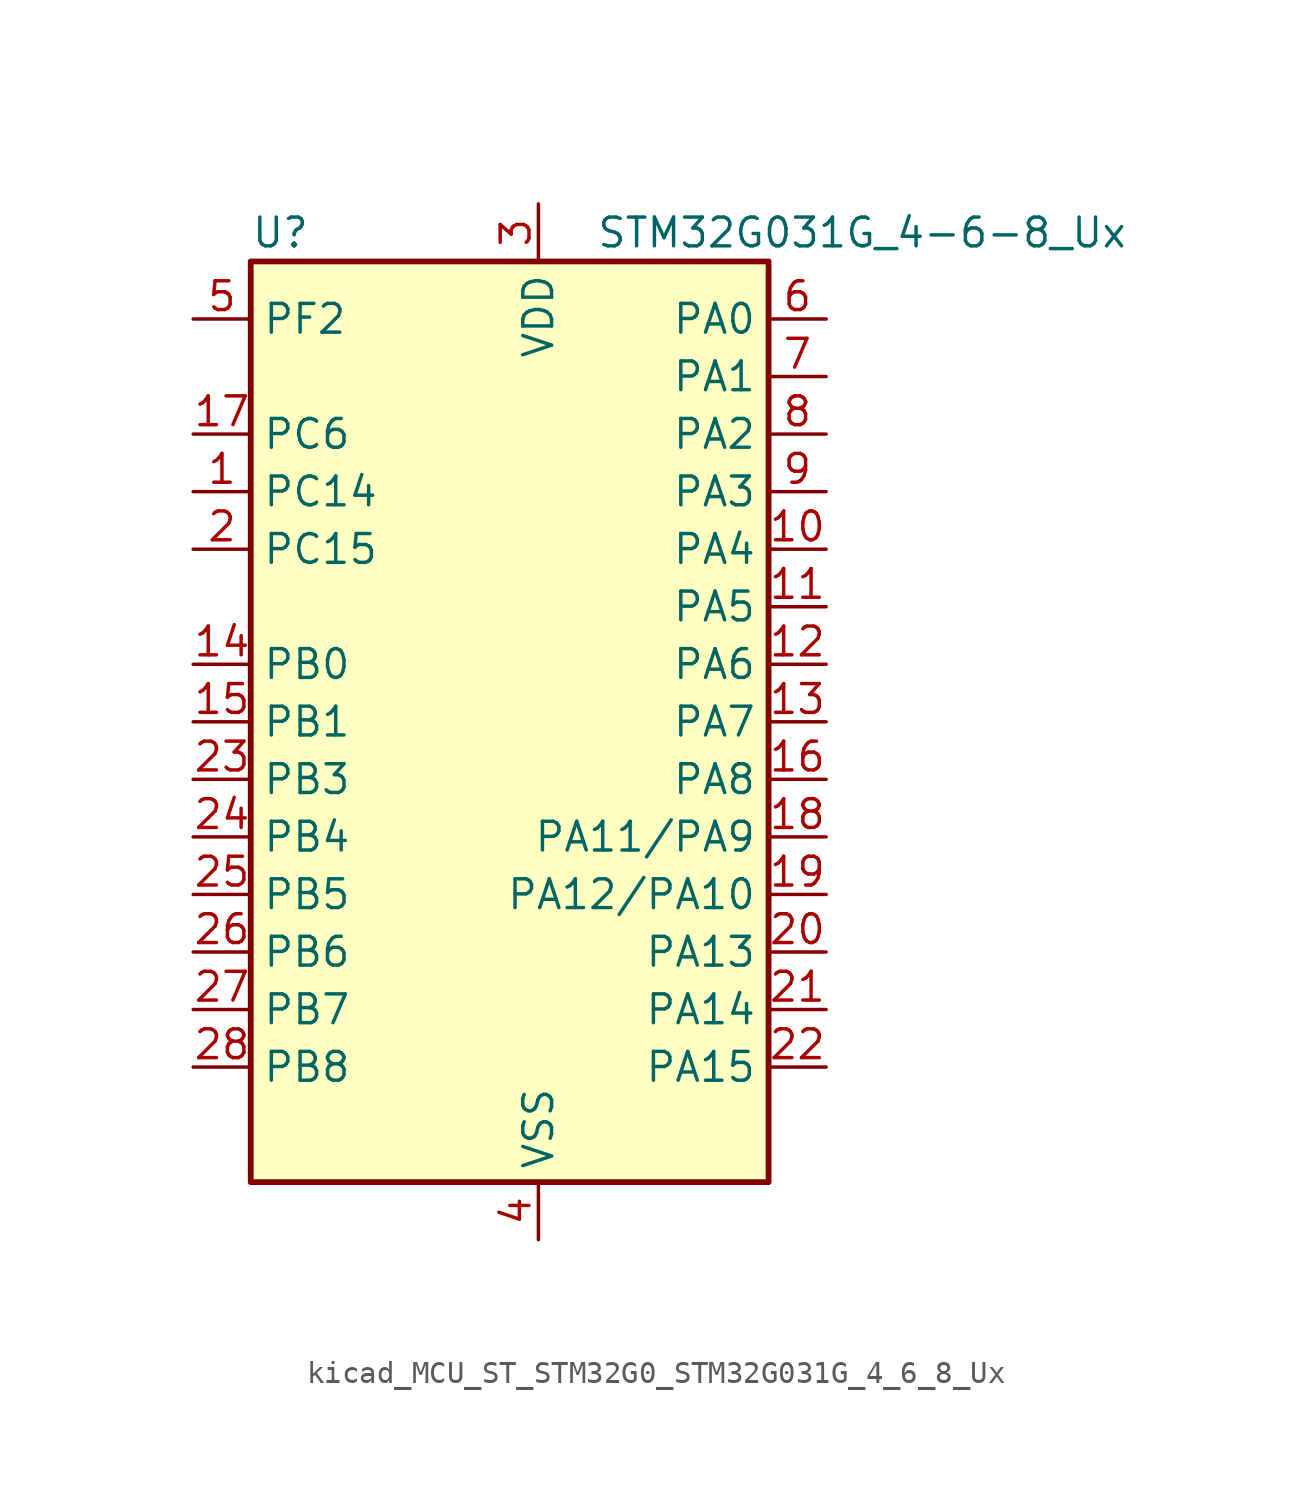
<source format=kicad_sym>
(kicad_symbol_lib
  (version 20220914)
  (generator kicad_symbol_editor)
  (symbol "kicad_MCU_ST_STM32G0_STM32G031G_4_6_8_Ux"
    (property "Reference" "U"
      (at -10.16 21.59 0)
      (effects (font (size 1.27 1.27)) (justify left)))
    (property "Value" "STM32G031G_4-6-8_Ux"
      (at 5.08 21.59 0)
      (effects (font (size 1.27 1.27)) (justify left)))
    (property "ki_locked" ""
      (at 0 0 0)
      (effects (font (size 1.27 1.27))))
    (symbol "kicad_MCU_ST_STM32G0_STM32G031G_4_6_8_Ux_0_1"
      (rectangle (start -10.16 -20.32) (end 12.7 20.32) (stroke (width 0.254) (type default)) (fill (type background))))
    (symbol "kicad_MCU_ST_STM32G0_STM32G031G_4_6_8_Ux_1_1"
      (pin bidirectional line (at -12.7 10.16 0) (length 2.54) (name "PC14" (effects (font (size 1.27 1.27)))) (number "1" (effects (font (size 1.27 1.27)))) (alternate "RCC_OSC32_IN" bidirectional line) (alternate "RCC_OSC_IN" bidirectional line) (alternate "TIM1_BK2" bidirectional line))
      (pin bidirectional line (at 15.24 7.62 180) (length 2.54) (name "PA4" (effects (font (size 1.27 1.27)))) (number "10" (effects (font (size 1.27 1.27)))) (alternate "ADC1_IN4" bidirectional line) (alternate "I2S1_WS" bidirectional line) (alternate "LPTIM2_OUT" bidirectional line) (alternate "RTC_OUT_ALARM" bidirectional line) (alternate "RTC_OUT_CALIB" bidirectional line) (alternate "RTC_TAMP_IN1" bidirectional line) (alternate "RTC_TS" bidirectional line) (alternate "SPI1_NSS" bidirectional line) (alternate "SPI2_MOSI" bidirectional line) (alternate "SYS_WKUP2" bidirectional line) (alternate "TIM14_CH1" bidirectional line))
      (pin bidirectional line (at 15.24 5.08 180) (length 2.54) (name "PA5" (effects (font (size 1.27 1.27)))) (number "11" (effects (font (size 1.27 1.27)))) (alternate "ADC1_IN5" bidirectional line) (alternate "I2S1_CK" bidirectional line) (alternate "LPTIM2_ETR" bidirectional line) (alternate "SPI1_SCK" bidirectional line) (alternate "TIM2_CH1" bidirectional line) (alternate "TIM2_ETR" bidirectional line))
      (pin bidirectional line (at 15.24 2.54 180) (length 2.54) (name "PA6" (effects (font (size 1.27 1.27)))) (number "12" (effects (font (size 1.27 1.27)))) (alternate "ADC1_IN6" bidirectional line) (alternate "I2S1_MCK" bidirectional line) (alternate "LPUART1_CTS" bidirectional line) (alternate "SPI1_MISO" bidirectional line) (alternate "TIM16_CH1" bidirectional line) (alternate "TIM1_BK" bidirectional line) (alternate "TIM3_CH1" bidirectional line))
      (pin bidirectional line (at 15.24 0 180) (length 2.54) (name "PA7" (effects (font (size 1.27 1.27)))) (number "13" (effects (font (size 1.27 1.27)))) (alternate "ADC1_IN7" bidirectional line) (alternate "I2S1_SD" bidirectional line) (alternate "SPI1_MOSI" bidirectional line) (alternate "TIM14_CH1" bidirectional line) (alternate "TIM17_CH1" bidirectional line) (alternate "TIM1_CH1N" bidirectional line) (alternate "TIM3_CH2" bidirectional line))
      (pin bidirectional line (at -12.7 2.54 0) (length 2.54) (name "PB0" (effects (font (size 1.27 1.27)))) (number "14" (effects (font (size 1.27 1.27)))) (alternate "ADC1_IN8" bidirectional line) (alternate "I2S1_WS" bidirectional line) (alternate "LPTIM1_OUT" bidirectional line) (alternate "SPI1_NSS" bidirectional line) (alternate "TIM1_CH2N" bidirectional line) (alternate "TIM3_CH3" bidirectional line))
      (pin bidirectional line (at -12.7 0 0) (length 2.54) (name "PB1" (effects (font (size 1.27 1.27)))) (number "15" (effects (font (size 1.27 1.27)))) (alternate "ADC1_IN9" bidirectional line) (alternate "LPTIM2_IN1" bidirectional line) (alternate "LPUART1_DE" bidirectional line) (alternate "LPUART1_RTS" bidirectional line) (alternate "TIM14_CH1" bidirectional line) (alternate "TIM1_CH3N" bidirectional line) (alternate "TIM3_CH4" bidirectional line))
      (pin bidirectional line (at 15.24 -2.54 180) (length 2.54) (name "PA8" (effects (font (size 1.27 1.27)))) (number "16" (effects (font (size 1.27 1.27)))) (alternate "LPTIM2_OUT" bidirectional line) (alternate "RCC_MCO" bidirectional line) (alternate "SPI2_NSS" bidirectional line) (alternate "TIM1_CH1" bidirectional line))
      (pin bidirectional line (at -12.7 12.7 0) (length 2.54) (name "PC6" (effects (font (size 1.27 1.27)))) (number "17" (effects (font (size 1.27 1.27)))) (alternate "TIM2_CH3" bidirectional line) (alternate "TIM3_CH1" bidirectional line))
      (pin bidirectional line (at 15.24 -5.08 180) (length 2.54) (name "PA11/PA9" (effects (font (size 1.27 1.27)))) (number "18" (effects (font (size 1.27 1.27)))) (alternate "ADC1_EXTI11" bidirectional line) (alternate "ADC1_IN15" bidirectional line) (alternate "I2C2_SCL" bidirectional line) (alternate "I2S1_MCK" bidirectional line) (alternate "SPI1_MISO" bidirectional line) (alternate "TIM1_BK2" bidirectional line) (alternate "TIM1_CH4" bidirectional line) (alternate "USART1_CTS" bidirectional line) (alternate "USART1_NSS" bidirectional line))
      (pin bidirectional line (at 15.24 -7.62 180) (length 2.54) (name "PA12/PA10" (effects (font (size 1.27 1.27)))) (number "19" (effects (font (size 1.27 1.27)))) (alternate "ADC1_IN16" bidirectional line) (alternate "I2C2_SDA" bidirectional line) (alternate "I2S1_SD" bidirectional line) (alternate "I2S_CKIN" bidirectional line) (alternate "SPI1_MOSI" bidirectional line) (alternate "TIM1_ETR" bidirectional line) (alternate "USART1_CK" bidirectional line) (alternate "USART1_DE" bidirectional line) (alternate "USART1_RTS" bidirectional line))
      (pin bidirectional line (at -12.7 7.62 0) (length 2.54) (name "PC15" (effects (font (size 1.27 1.27)))) (number "2" (effects (font (size 1.27 1.27)))) (alternate "RCC_OSC32_EN" bidirectional line) (alternate "RCC_OSC32_OUT" bidirectional line) (alternate "RCC_OSC_EN" bidirectional line))
      (pin bidirectional line (at 15.24 -10.16 180) (length 2.54) (name "PA13" (effects (font (size 1.27 1.27)))) (number "20" (effects (font (size 1.27 1.27)))) (alternate "ADC1_IN17" bidirectional line) (alternate "IR_OUT" bidirectional line) (alternate "SYS_SWDIO" bidirectional line))
      (pin bidirectional line (at 15.24 -12.7 180) (length 2.54) (name "PA14" (effects (font (size 1.27 1.27)))) (number "21" (effects (font (size 1.27 1.27)))) (alternate "ADC1_IN18" bidirectional line) (alternate "SYS_SWCLK" bidirectional line) (alternate "USART2_TX" bidirectional line))
      (pin bidirectional line (at 15.24 -15.24 180) (length 2.54) (name "PA15" (effects (font (size 1.27 1.27)))) (number "22" (effects (font (size 1.27 1.27)))) (alternate "I2S1_WS" bidirectional line) (alternate "SPI1_NSS" bidirectional line) (alternate "TIM2_CH1" bidirectional line) (alternate "TIM2_ETR" bidirectional line) (alternate "USART2_RX" bidirectional line))
      (pin bidirectional line (at -12.7 -2.54 0) (length 2.54) (name "PB3" (effects (font (size 1.27 1.27)))) (number "23" (effects (font (size 1.27 1.27)))) (alternate "I2S1_CK" bidirectional line) (alternate "SPI1_SCK" bidirectional line) (alternate "TIM1_CH2" bidirectional line) (alternate "TIM2_CH2" bidirectional line) (alternate "USART1_CK" bidirectional line) (alternate "USART1_DE" bidirectional line) (alternate "USART1_RTS" bidirectional line))
      (pin bidirectional line (at -12.7 -5.08 0) (length 2.54) (name "PB4" (effects (font (size 1.27 1.27)))) (number "24" (effects (font (size 1.27 1.27)))) (alternate "I2S1_MCK" bidirectional line) (alternate "SPI1_MISO" bidirectional line) (alternate "TIM17_BK" bidirectional line) (alternate "TIM3_CH1" bidirectional line) (alternate "USART1_CTS" bidirectional line) (alternate "USART1_NSS" bidirectional line))
      (pin bidirectional line (at -12.7 -7.62 0) (length 2.54) (name "PB5" (effects (font (size 1.27 1.27)))) (number "25" (effects (font (size 1.27 1.27)))) (alternate "I2C1_SMBA" bidirectional line) (alternate "I2S1_SD" bidirectional line) (alternate "LPTIM1_IN1" bidirectional line) (alternate "SPI1_MOSI" bidirectional line) (alternate "SYS_WKUP6" bidirectional line) (alternate "TIM16_BK" bidirectional line) (alternate "TIM3_CH2" bidirectional line))
      (pin bidirectional line (at -12.7 -10.16 0) (length 2.54) (name "PB6" (effects (font (size 1.27 1.27)))) (number "26" (effects (font (size 1.27 1.27)))) (alternate "I2C1_SCL" bidirectional line) (alternate "LPTIM1_ETR" bidirectional line) (alternate "SPI2_MISO" bidirectional line) (alternate "TIM16_CH1N" bidirectional line) (alternate "TIM1_CH3" bidirectional line) (alternate "USART1_TX" bidirectional line))
      (pin bidirectional line (at -12.7 -12.7 0) (length 2.54) (name "PB7" (effects (font (size 1.27 1.27)))) (number "27" (effects (font (size 1.27 1.27)))) (alternate "ADC1_IN11" bidirectional line) (alternate "I2C1_SDA" bidirectional line) (alternate "LPTIM1_IN2" bidirectional line) (alternate "SPI2_MOSI" bidirectional line) (alternate "SYS_PVD_IN" bidirectional line) (alternate "TIM17_CH1N" bidirectional line) (alternate "USART1_RX" bidirectional line))
      (pin bidirectional line (at -12.7 -15.24 0) (length 2.54) (name "PB8" (effects (font (size 1.27 1.27)))) (number "28" (effects (font (size 1.27 1.27)))) (alternate "I2C1_SCL" bidirectional line) (alternate "SPI2_SCK" bidirectional line) (alternate "TIM16_CH1" bidirectional line))
      (pin power_in line (at 2.54 22.86 270) (length 2.54) (name "VDD" (effects (font (size 1.27 1.27)))) (number "3" (effects (font (size 1.27 1.27)))))
      (pin power_in line (at 2.54 -22.86 90) (length 2.54) (name "VSS" (effects (font (size 1.27 1.27)))) (number "4" (effects (font (size 1.27 1.27)))))
      (pin bidirectional line (at -12.7 17.78 0) (length 2.54) (name "PF2" (effects (font (size 1.27 1.27)))) (number "5" (effects (font (size 1.27 1.27)))) (alternate "RCC_MCO" bidirectional line))
      (pin bidirectional line (at 15.24 17.78 180) (length 2.54) (name "PA0" (effects (font (size 1.27 1.27)))) (number "6" (effects (font (size 1.27 1.27)))) (alternate "ADC1_IN0" bidirectional line) (alternate "LPTIM1_OUT" bidirectional line) (alternate "RTC_TAMP_IN2" bidirectional line) (alternate "SPI2_SCK" bidirectional line) (alternate "SYS_WKUP1" bidirectional line) (alternate "TIM2_CH1" bidirectional line) (alternate "TIM2_ETR" bidirectional line) (alternate "USART2_CTS" bidirectional line) (alternate "USART2_NSS" bidirectional line))
      (pin bidirectional line (at 15.24 15.24 180) (length 2.54) (name "PA1" (effects (font (size 1.27 1.27)))) (number "7" (effects (font (size 1.27 1.27)))) (alternate "ADC1_IN1" bidirectional line) (alternate "I2C1_SMBA" bidirectional line) (alternate "I2S1_CK" bidirectional line) (alternate "SPI1_SCK" bidirectional line) (alternate "TIM2_CH2" bidirectional line) (alternate "USART2_CK" bidirectional line) (alternate "USART2_DE" bidirectional line) (alternate "USART2_RTS" bidirectional line))
      (pin bidirectional line (at 15.24 12.7 180) (length 2.54) (name "PA2" (effects (font (size 1.27 1.27)))) (number "8" (effects (font (size 1.27 1.27)))) (alternate "ADC1_IN2" bidirectional line) (alternate "I2S1_SD" bidirectional line) (alternate "LPUART1_TX" bidirectional line) (alternate "RCC_LSCO" bidirectional line) (alternate "SPI1_MOSI" bidirectional line) (alternate "SYS_WKUP4" bidirectional line) (alternate "TIM2_CH3" bidirectional line) (alternate "USART2_TX" bidirectional line))
      (pin bidirectional line (at 15.24 10.16 180) (length 2.54) (name "PA3" (effects (font (size 1.27 1.27)))) (number "9" (effects (font (size 1.27 1.27)))) (alternate "ADC1_IN3" bidirectional line) (alternate "LPUART1_RX" bidirectional line) (alternate "SPI2_MISO" bidirectional line) (alternate "TIM2_CH4" bidirectional line) (alternate "USART2_RX" bidirectional line)))))
</source>
